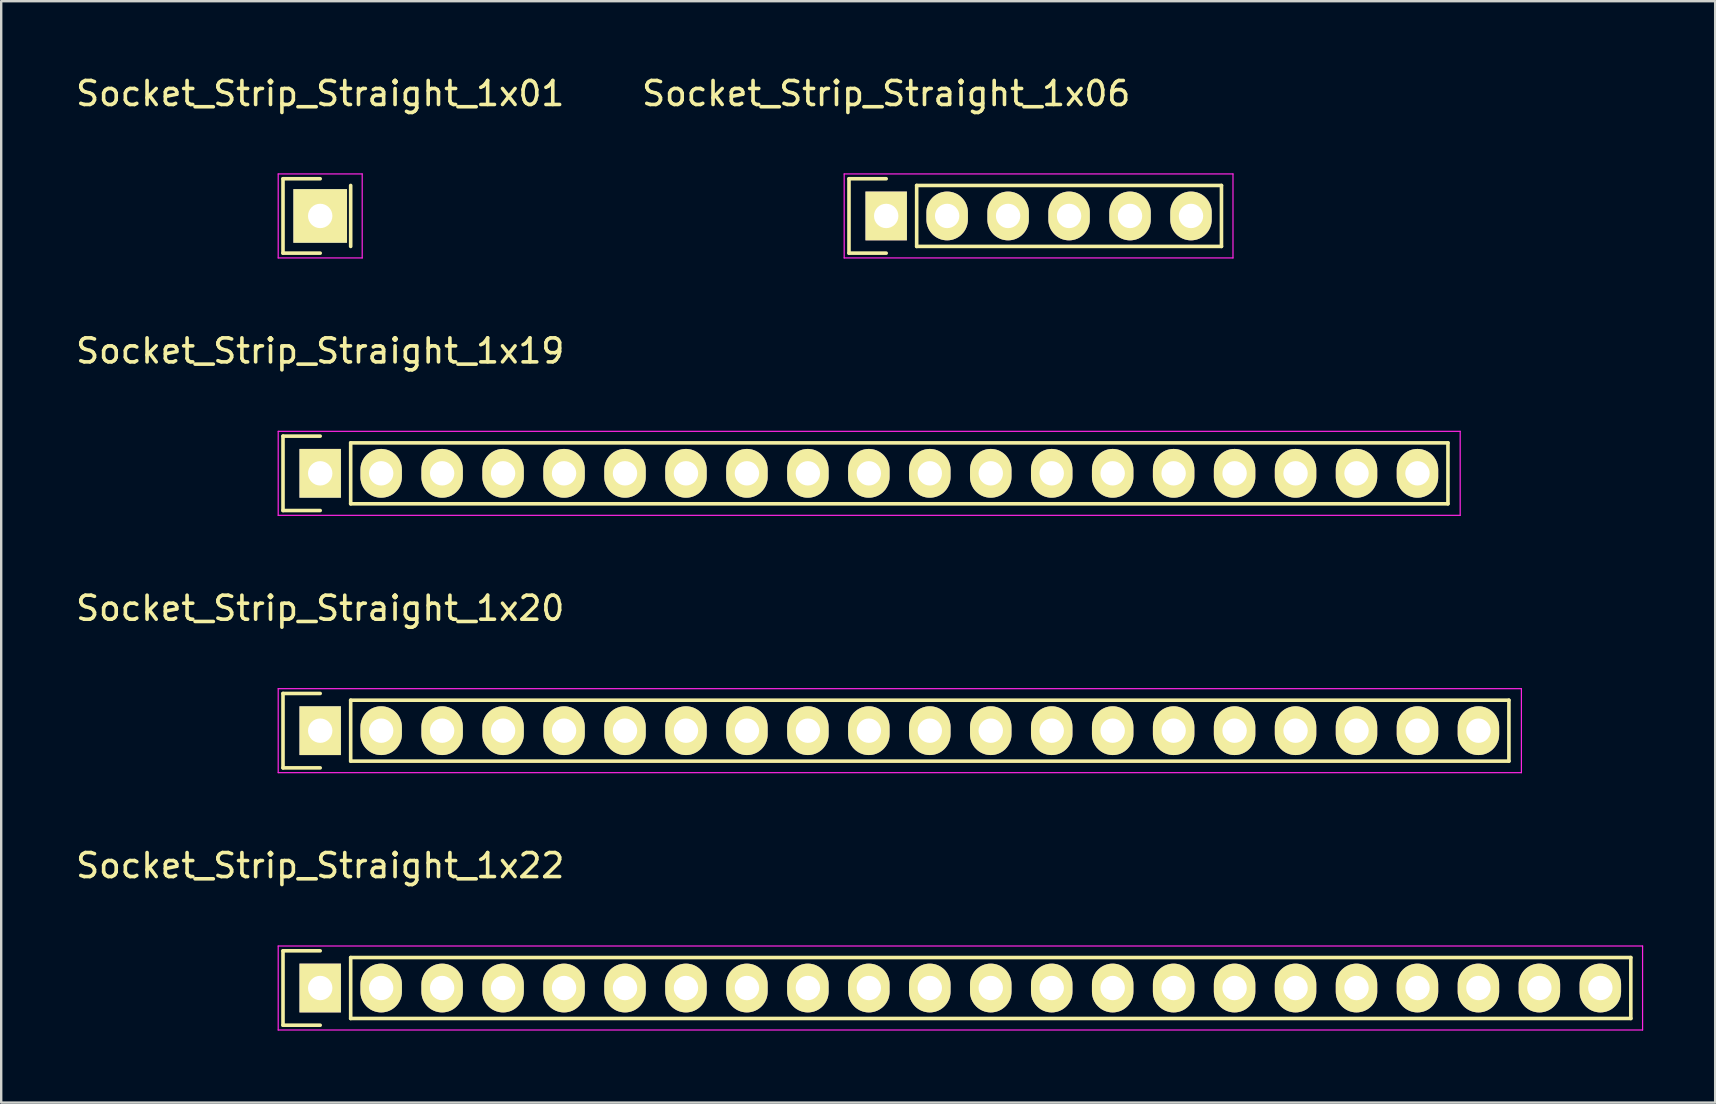
<source format=kicad_pcb>
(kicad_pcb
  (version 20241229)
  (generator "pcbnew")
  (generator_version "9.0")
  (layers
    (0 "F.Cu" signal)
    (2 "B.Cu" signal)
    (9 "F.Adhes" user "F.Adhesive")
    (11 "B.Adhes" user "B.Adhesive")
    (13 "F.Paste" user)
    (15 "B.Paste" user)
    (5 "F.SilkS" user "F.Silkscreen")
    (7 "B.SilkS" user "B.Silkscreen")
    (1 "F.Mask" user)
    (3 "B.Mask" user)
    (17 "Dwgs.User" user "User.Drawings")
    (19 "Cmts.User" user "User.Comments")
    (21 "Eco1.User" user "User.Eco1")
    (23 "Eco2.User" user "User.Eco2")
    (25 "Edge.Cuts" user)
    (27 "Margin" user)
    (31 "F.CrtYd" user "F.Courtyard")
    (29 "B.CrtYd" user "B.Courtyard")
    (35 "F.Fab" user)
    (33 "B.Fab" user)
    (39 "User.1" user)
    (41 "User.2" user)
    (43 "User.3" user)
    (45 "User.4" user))
  (footprint "Socket_Strip_Straight_1x06"
    (layer "F.Cu")
    (at 33.875 5.948)
    (property "Reference" "Socket_Strip_Straight_1x06" (at 0 -5.1 0) (layer "F.SilkS") (effects (font (size 1 1) (thickness 0.15))))
    (attr through_hole)
    (fp_line (start -1.55 -1.55) (end -1.55 1.55) (stroke (width 0.15) (type solid)) (layer "F.SilkS"))
    (fp_line (start -1.55 1.55) (end 0 1.55) (stroke (width 0.15) (type solid)) (layer "F.SilkS"))
    (fp_line (start 0 -1.55) (end -1.55 -1.55) (stroke (width 0.15) (type solid)) (layer "F.SilkS"))
    (fp_line (start 1.27 1.27) (end 1.27 -1.27) (stroke (width 0.15) (type solid)) (layer "F.SilkS"))
    (fp_line (start 1.27 1.27) (end 13.97 1.27) (stroke (width 0.15) (type solid)) (layer "F.SilkS"))
    (fp_line (start 13.97 -1.27) (end 1.27 -1.27) (stroke (width 0.15) (type solid)) (layer "F.SilkS"))
    (fp_line (start 13.97 1.27) (end 13.97 -1.27) (stroke (width 0.15) (type solid)) (layer "F.SilkS"))
    (fp_line (start -1.75 -1.75) (end -1.75 1.75) (stroke (width 0.05) (type solid)) (layer "F.CrtYd"))
    (fp_line (start -1.75 -1.75) (end 14.45 -1.75) (stroke (width 0.05) (type solid)) (layer "F.CrtYd"))
    (fp_line (start -1.75 1.75) (end 14.45 1.75) (stroke (width 0.05) (type solid)) (layer "F.CrtYd"))
    (fp_line (start 14.45 -1.75) (end 14.45 1.75) (stroke (width 0.05) (type solid)) (layer "F.CrtYd"))
    (pad "1" thru_hole rect (at 0 0) (size 1.727 2.032) (drill 1.016) (layers "*.Cu" "*.Mask" "F.SilkS"))
    (pad "2" thru_hole oval (at 2.54 0) (size 1.727 2.032) (drill 1.016) (layers "*.Cu" "*.Mask" "F.SilkS"))
    (pad "3" thru_hole oval (at 5.08 0) (size 1.727 2.032) (drill 1.016) (layers "*.Cu" "*.Mask" "F.SilkS"))
    (pad "4" thru_hole oval (at 7.62 0) (size 1.727 2.032) (drill 1.016) (layers "*.Cu" "*.Mask" "F.SilkS"))
    (pad "5" thru_hole oval (at 10.16 0) (size 1.727 2.032) (drill 1.016) (layers "*.Cu" "*.Mask" "F.SilkS"))
    (pad "6" thru_hole oval (at 12.7 0) (size 1.727 2.032) (drill 1.016) (layers "*.Cu" "*.Mask" "F.SilkS")))
  (footprint "Socket_Strip_Straight_1x19"
    (layer "F.Cu")
    (at 10.292 16.672)
    (property "Reference" "Socket_Strip_Straight_1x19" (at 0 -5.1 0) (layer "F.SilkS") (effects (font (size 1 1) (thickness 0.15))))
    (attr through_hole)
    (fp_line (start -1.55 -1.55) (end -1.55 1.55) (stroke (width 0.15) (type solid)) (layer "F.SilkS"))
    (fp_line (start -1.55 1.55) (end 0 1.55) (stroke (width 0.15) (type solid)) (layer "F.SilkS"))
    (fp_line (start 0 -1.55) (end -1.55 -1.55) (stroke (width 0.15) (type solid)) (layer "F.SilkS"))
    (fp_line (start 1.27 1.27) (end 1.27 -1.27) (stroke (width 0.15) (type solid)) (layer "F.SilkS"))
    (fp_line (start 1.27 1.27) (end 46.99 1.27) (stroke (width 0.15) (type solid)) (layer "F.SilkS"))
    (fp_line (start 46.99 -1.27) (end 1.27 -1.27) (stroke (width 0.15) (type solid)) (layer "F.SilkS"))
    (fp_line (start 46.99 1.27) (end 46.99 -1.27) (stroke (width 0.15) (type solid)) (layer "F.SilkS"))
    (fp_line (start -1.75 -1.75) (end -1.75 1.75) (stroke (width 0.05) (type solid)) (layer "F.CrtYd"))
    (fp_line (start -1.75 -1.75) (end 47.5 -1.75) (stroke (width 0.05) (type solid)) (layer "F.CrtYd"))
    (fp_line (start -1.75 1.75) (end 47.5 1.75) (stroke (width 0.05) (type solid)) (layer "F.CrtYd"))
    (fp_line (start 47.5 -1.75) (end 47.5 1.75) (stroke (width 0.05) (type solid)) (layer "F.CrtYd"))
    (pad "1" thru_hole rect (at 0 0) (size 1.727 2.032) (drill 1.016) (layers "*.Cu" "*.Mask" "F.SilkS"))
    (pad "2" thru_hole oval (at 2.54 0) (size 1.727 2.032) (drill 1.016) (layers "*.Cu" "*.Mask" "F.SilkS"))
    (pad "3" thru_hole oval (at 5.08 0) (size 1.727 2.032) (drill 1.016) (layers "*.Cu" "*.Mask" "F.SilkS"))
    (pad "4" thru_hole oval (at 7.62 0) (size 1.727 2.032) (drill 1.016) (layers "*.Cu" "*.Mask" "F.SilkS"))
    (pad "5" thru_hole oval (at 10.16 0) (size 1.727 2.032) (drill 1.016) (layers "*.Cu" "*.Mask" "F.SilkS"))
    (pad "6" thru_hole oval (at 12.7 0) (size 1.727 2.032) (drill 1.016) (layers "*.Cu" "*.Mask" "F.SilkS"))
    (pad "7" thru_hole oval (at 15.24 0) (size 1.727 2.032) (drill 1.016) (layers "*.Cu" "*.Mask" "F.SilkS"))
    (pad "8" thru_hole oval (at 17.78 0) (size 1.727 2.032) (drill 1.016) (layers "*.Cu" "*.Mask" "F.SilkS"))
    (pad "9" thru_hole oval (at 20.32 0) (size 1.727 2.032) (drill 1.016) (layers "*.Cu" "*.Mask" "F.SilkS"))
    (pad "10" thru_hole oval (at 22.86 0) (size 1.727 2.032) (drill 1.016) (layers "*.Cu" "*.Mask" "F.SilkS"))
    (pad "11" thru_hole oval (at 25.4 0) (size 1.727 2.032) (drill 1.016) (layers "*.Cu" "*.Mask" "F.SilkS"))
    (pad "12" thru_hole oval (at 27.94 0) (size 1.727 2.032) (drill 1.016) (layers "*.Cu" "*.Mask" "F.SilkS"))
    (pad "13" thru_hole oval (at 30.48 0) (size 1.727 2.032) (drill 1.016) (layers "*.Cu" "*.Mask" "F.SilkS"))
    (pad "14" thru_hole oval (at 33.02 0) (size 1.727 2.032) (drill 1.016) (layers "*.Cu" "*.Mask" "F.SilkS"))
    (pad "15" thru_hole oval (at 35.56 0) (size 1.727 2.032) (drill 1.016) (layers "*.Cu" "*.Mask" "F.SilkS"))
    (pad "16" thru_hole oval (at 38.1 0) (size 1.727 2.032) (drill 1.016) (layers "*.Cu" "*.Mask" "F.SilkS"))
    (pad "17" thru_hole oval (at 40.64 0) (size 1.727 2.032) (drill 1.016) (layers "*.Cu" "*.Mask" "F.SilkS"))
    (pad "18" thru_hole oval (at 43.18 0) (size 1.727 2.032) (drill 1.016) (layers "*.Cu" "*.Mask" "F.SilkS"))
    (pad "19" thru_hole oval (at 45.72 0) (size 1.727 2.032) (drill 1.016) (layers "*.Cu" "*.Mask" "F.SilkS")))
  (footprint "Socket_Strip_Straight_1x01"
    (layer "F.Cu")
    (at 10.292 5.948)
    (property "Reference" "Socket_Strip_Straight_1x01" (at 0 -5.1 0) (layer "F.SilkS") (effects (font (size 1 1) (thickness 0.15))))
    (attr through_hole)
    (fp_line (start -1.55 -1.55) (end -1.55 1.55) (stroke (width 0.15) (type solid)) (layer "F.SilkS"))
    (fp_line (start -1.55 -1.55) (end 0 -1.55) (stroke (width 0.15) (type solid)) (layer "F.SilkS"))
    (fp_line (start -1.55 1.55) (end 0 1.55) (stroke (width 0.15) (type solid)) (layer "F.SilkS"))
    (fp_line (start 1.27 1.27) (end 1.27 -1.27) (stroke (width 0.15) (type solid)) (layer "F.SilkS"))
    (fp_line (start -1.75 -1.75) (end -1.75 1.75) (stroke (width 0.05) (type solid)) (layer "F.CrtYd"))
    (fp_line (start -1.75 -1.75) (end 1.75 -1.75) (stroke (width 0.05) (type solid)) (layer "F.CrtYd"))
    (fp_line (start -1.75 1.75) (end 1.75 1.75) (stroke (width 0.05) (type solid)) (layer "F.CrtYd"))
    (fp_line (start 1.75 -1.75) (end 1.75 1.75) (stroke (width 0.05) (type solid)) (layer "F.CrtYd"))
    (pad "1" thru_hole rect (at 0 0) (size 2.235 2.235) (drill 1.016) (layers "*.Cu" "*.Mask" "F.SilkS")))
  (footprint "Socket_Strip_Straight_1x22"
    (layer "F.Cu")
    (at 10.292 38.118)
    (property "Reference" "Socket_Strip_Straight_1x22" (at 0 -5.1 0) (layer "F.SilkS") (effects (font (size 1 1) (thickness 0.15))))
    (attr through_hole)
    (fp_line (start -1.55 -1.55) (end -1.55 1.55) (stroke (width 0.15) (type solid)) (layer "F.SilkS"))
    (fp_line (start -1.55 1.55) (end 0 1.55) (stroke (width 0.15) (type solid)) (layer "F.SilkS"))
    (fp_line (start 0 -1.55) (end -1.55 -1.55) (stroke (width 0.15) (type solid)) (layer "F.SilkS"))
    (fp_line (start 1.27 -1.27) (end 54.61 -1.27) (stroke (width 0.15) (type solid)) (layer "F.SilkS"))
    (fp_line (start 1.27 1.27) (end 1.27 -1.27) (stroke (width 0.15) (type solid)) (layer "F.SilkS"))
    (fp_line (start 54.61 -1.27) (end 54.61 1.27) (stroke (width 0.15) (type solid)) (layer "F.SilkS"))
    (fp_line (start 54.61 1.27) (end 1.27 1.27) (stroke (width 0.15) (type solid)) (layer "F.SilkS"))
    (fp_line (start -1.75 -1.75) (end -1.75 1.75) (stroke (width 0.05) (type solid)) (layer "F.CrtYd"))
    (fp_line (start -1.75 -1.75) (end 55.1 -1.75) (stroke (width 0.05) (type solid)) (layer "F.CrtYd"))
    (fp_line (start -1.75 1.75) (end 55.1 1.75) (stroke (width 0.05) (type solid)) (layer "F.CrtYd"))
    (fp_line (start 55.1 -1.75) (end 55.1 1.75) (stroke (width 0.05) (type solid)) (layer "F.CrtYd"))
    (pad "1" thru_hole rect (at 0 0) (size 1.727 2.032) (drill 1.016) (layers "*.Cu" "*.Mask" "F.SilkS"))
    (pad "2" thru_hole oval (at 2.54 0) (size 1.727 2.032) (drill 1.016) (layers "*.Cu" "*.Mask" "F.SilkS"))
    (pad "3" thru_hole oval (at 5.08 0) (size 1.727 2.032) (drill 1.016) (layers "*.Cu" "*.Mask" "F.SilkS"))
    (pad "4" thru_hole oval (at 7.62 0) (size 1.727 2.032) (drill 1.016) (layers "*.Cu" "*.Mask" "F.SilkS"))
    (pad "5" thru_hole oval (at 10.16 0) (size 1.727 2.032) (drill 1.016) (layers "*.Cu" "*.Mask" "F.SilkS"))
    (pad "6" thru_hole oval (at 12.7 0) (size 1.727 2.032) (drill 1.016) (layers "*.Cu" "*.Mask" "F.SilkS"))
    (pad "7" thru_hole oval (at 15.24 0) (size 1.727 2.032) (drill 1.016) (layers "*.Cu" "*.Mask" "F.SilkS"))
    (pad "8" thru_hole oval (at 17.78 0) (size 1.727 2.032) (drill 1.016) (layers "*.Cu" "*.Mask" "F.SilkS"))
    (pad "9" thru_hole oval (at 20.32 0) (size 1.727 2.032) (drill 1.016) (layers "*.Cu" "*.Mask" "F.SilkS"))
    (pad "10" thru_hole oval (at 22.86 0) (size 1.727 2.032) (drill 1.016) (layers "*.Cu" "*.Mask" "F.SilkS"))
    (pad "11" thru_hole oval (at 25.4 0) (size 1.727 2.032) (drill 1.016) (layers "*.Cu" "*.Mask" "F.SilkS"))
    (pad "12" thru_hole oval (at 27.94 0) (size 1.727 2.032) (drill 1.016) (layers "*.Cu" "*.Mask" "F.SilkS"))
    (pad "13" thru_hole oval (at 30.48 0) (size 1.727 2.032) (drill 1.016) (layers "*.Cu" "*.Mask" "F.SilkS"))
    (pad "14" thru_hole oval (at 33.02 0) (size 1.727 2.032) (drill 1.016) (layers "*.Cu" "*.Mask" "F.SilkS"))
    (pad "15" thru_hole oval (at 35.56 0) (size 1.727 2.032) (drill 1.016) (layers "*.Cu" "*.Mask" "F.SilkS"))
    (pad "16" thru_hole oval (at 38.1 0) (size 1.727 2.032) (drill 1.016) (layers "*.Cu" "*.Mask" "F.SilkS"))
    (pad "17" thru_hole oval (at 40.64 0) (size 1.727 2.032) (drill 1.016) (layers "*.Cu" "*.Mask" "F.SilkS"))
    (pad "18" thru_hole oval (at 43.18 0) (size 1.727 2.032) (drill 1.016) (layers "*.Cu" "*.Mask" "F.SilkS"))
    (pad "19" thru_hole oval (at 45.72 0) (size 1.727 2.032) (drill 1.016) (layers "*.Cu" "*.Mask" "F.SilkS"))
    (pad "20" thru_hole oval (at 48.26 0) (size 1.727 2.032) (drill 1.016) (layers "*.Cu" "*.Mask" "F.SilkS"))
    (pad "21" thru_hole oval (at 50.8 0) (size 1.727 2.032) (drill 1.016) (layers "*.Cu" "*.Mask" "F.SilkS"))
    (pad "22" thru_hole oval (at 53.34 0) (size 1.727 2.032) (drill 1.016) (layers "*.Cu" "*.Mask" "F.SilkS")))
  (footprint "Socket_Strip_Straight_1x20"
    (layer "F.Cu")
    (at 10.292 27.395)
    (property "Reference" "Socket_Strip_Straight_1x20" (at 0 -5.1 0) (layer "F.SilkS") (effects (font (size 1 1) (thickness 0.15))))
    (attr through_hole)
    (fp_line (start -1.55 -1.55) (end -1.55 1.55) (stroke (width 0.15) (type solid)) (layer "F.SilkS"))
    (fp_line (start -1.55 1.55) (end 0 1.55) (stroke (width 0.15) (type solid)) (layer "F.SilkS"))
    (fp_line (start 0 -1.55) (end -1.55 -1.55) (stroke (width 0.15) (type solid)) (layer "F.SilkS"))
    (fp_line (start 1.27 1.27) (end 1.27 -1.27) (stroke (width 0.15) (type solid)) (layer "F.SilkS"))
    (fp_line (start 1.27 1.27) (end 49.53 1.27) (stroke (width 0.15) (type solid)) (layer "F.SilkS"))
    (fp_line (start 49.53 -1.27) (end 1.27 -1.27) (stroke (width 0.15) (type solid)) (layer "F.SilkS"))
    (fp_line (start 49.53 1.27) (end 49.53 -1.27) (stroke (width 0.15) (type solid)) (layer "F.SilkS"))
    (fp_line (start -1.75 -1.75) (end -1.75 1.75) (stroke (width 0.05) (type solid)) (layer "F.CrtYd"))
    (fp_line (start -1.75 -1.75) (end 50.05 -1.75) (stroke (width 0.05) (type solid)) (layer "F.CrtYd"))
    (fp_line (start -1.75 1.75) (end 50.05 1.75) (stroke (width 0.05) (type solid)) (layer "F.CrtYd"))
    (fp_line (start 50.05 -1.75) (end 50.05 1.75) (stroke (width 0.05) (type solid)) (layer "F.CrtYd"))
    (pad "1" thru_hole rect (at 0 0) (size 1.727 2.032) (drill 1.016) (layers "*.Cu" "*.Mask" "F.SilkS"))
    (pad "2" thru_hole oval (at 2.54 0) (size 1.727 2.032) (drill 1.016) (layers "*.Cu" "*.Mask" "F.SilkS"))
    (pad "3" thru_hole oval (at 5.08 0) (size 1.727 2.032) (drill 1.016) (layers "*.Cu" "*.Mask" "F.SilkS"))
    (pad "4" thru_hole oval (at 7.62 0) (size 1.727 2.032) (drill 1.016) (layers "*.Cu" "*.Mask" "F.SilkS"))
    (pad "5" thru_hole oval (at 10.16 0) (size 1.727 2.032) (drill 1.016) (layers "*.Cu" "*.Mask" "F.SilkS"))
    (pad "6" thru_hole oval (at 12.7 0) (size 1.727 2.032) (drill 1.016) (layers "*.Cu" "*.Mask" "F.SilkS"))
    (pad "7" thru_hole oval (at 15.24 0) (size 1.727 2.032) (drill 1.016) (layers "*.Cu" "*.Mask" "F.SilkS"))
    (pad "8" thru_hole oval (at 17.78 0) (size 1.727 2.032) (drill 1.016) (layers "*.Cu" "*.Mask" "F.SilkS"))
    (pad "9" thru_hole oval (at 20.32 0) (size 1.727 2.032) (drill 1.016) (layers "*.Cu" "*.Mask" "F.SilkS"))
    (pad "10" thru_hole oval (at 22.86 0) (size 1.727 2.032) (drill 1.016) (layers "*.Cu" "*.Mask" "F.SilkS"))
    (pad "11" thru_hole oval (at 25.4 0) (size 1.727 2.032) (drill 1.016) (layers "*.Cu" "*.Mask" "F.SilkS"))
    (pad "12" thru_hole oval (at 27.94 0) (size 1.727 2.032) (drill 1.016) (layers "*.Cu" "*.Mask" "F.SilkS"))
    (pad "13" thru_hole oval (at 30.48 0) (size 1.727 2.032) (drill 1.016) (layers "*.Cu" "*.Mask" "F.SilkS"))
    (pad "14" thru_hole oval (at 33.02 0) (size 1.727 2.032) (drill 1.016) (layers "*.Cu" "*.Mask" "F.SilkS"))
    (pad "15" thru_hole oval (at 35.56 0) (size 1.727 2.032) (drill 1.016) (layers "*.Cu" "*.Mask" "F.SilkS"))
    (pad "16" thru_hole oval (at 38.1 0) (size 1.727 2.032) (drill 1.016) (layers "*.Cu" "*.Mask" "F.SilkS"))
    (pad "17" thru_hole oval (at 40.64 0) (size 1.727 2.032) (drill 1.016) (layers "*.Cu" "*.Mask" "F.SilkS"))
    (pad "18" thru_hole oval (at 43.18 0) (size 1.727 2.032) (drill 1.016) (layers "*.Cu" "*.Mask" "F.SilkS"))
    (pad "19" thru_hole oval (at 45.72 0) (size 1.727 2.032) (drill 1.016) (layers "*.Cu" "*.Mask" "F.SilkS"))
    (pad "20" thru_hole oval (at 48.26 0) (size 1.727 2.032) (drill 1.016) (layers "*.Cu" "*.Mask" "F.SilkS")))
  (gr_rect
    (start -3 -3)
    (end 68.417 42.893)
    (stroke (width 0.1) (type default))
    (fill no)
    (layer "Edge.Cuts")))
</source>
